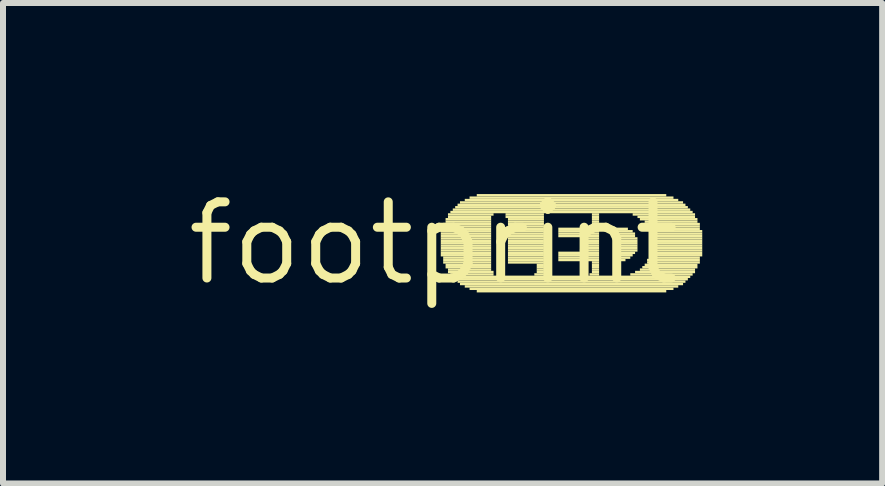
<source format=kicad_pcb>
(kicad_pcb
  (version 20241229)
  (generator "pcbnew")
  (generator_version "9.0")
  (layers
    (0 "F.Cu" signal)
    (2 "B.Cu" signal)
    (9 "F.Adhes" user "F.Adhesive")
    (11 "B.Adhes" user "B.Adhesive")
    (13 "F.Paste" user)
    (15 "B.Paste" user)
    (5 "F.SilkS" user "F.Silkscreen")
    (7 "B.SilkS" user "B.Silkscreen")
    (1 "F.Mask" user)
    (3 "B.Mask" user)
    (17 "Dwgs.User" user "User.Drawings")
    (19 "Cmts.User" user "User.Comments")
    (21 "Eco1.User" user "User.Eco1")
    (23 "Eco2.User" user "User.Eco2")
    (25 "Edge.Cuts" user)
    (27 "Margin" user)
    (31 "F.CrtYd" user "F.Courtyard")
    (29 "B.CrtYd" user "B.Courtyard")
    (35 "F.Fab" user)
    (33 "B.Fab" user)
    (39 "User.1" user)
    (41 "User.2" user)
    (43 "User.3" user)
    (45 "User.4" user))
  (footprint "footprint"
    (layer "F.Cu")
    (at 4.18 1.006)
    (property "Reference" "footprint" (at 0 0 0) (layer "F.SilkS") (effects (font (size 1.27 1.27) (thickness 0.15))))
    (fp_poly (pts (xy 0.12 -0.18) (xy 0.96 -0.18) (xy 0.96 -0.22) (xy 0.12 -0.22)) (stroke (width 0) (type solid)) (fill yes) (layer "F.SilkS"))
    (fp_poly (pts (xy 0.12 -0.14) (xy 0.96 -0.14) (xy 0.96 -0.18) (xy 0.12 -0.18)) (stroke (width 0) (type solid)) (fill yes) (layer "F.SilkS"))
    (fp_poly (pts (xy 0.12 -0.1) (xy 0.96 -0.1) (xy 0.96 -0.14) (xy 0.12 -0.14)) (stroke (width 0) (type solid)) (fill yes) (layer "F.SilkS"))
    (fp_poly (pts (xy 0.12 -0.06) (xy 0.96 -0.06) (xy 0.96 -0.1) (xy 0.12 -0.1)) (stroke (width 0) (type solid)) (fill yes) (layer "F.SilkS"))
    (fp_poly (pts (xy 0.12 -0.02) (xy 0.96 -0.02) (xy 0.96 -0.06) (xy 0.12 -0.06)) (stroke (width 0) (type solid)) (fill yes) (layer "F.SilkS"))
    (fp_poly (pts (xy 0.12 0.02) (xy 0.96 0.02) (xy 0.96 -0.02) (xy 0.12 -0.02)) (stroke (width 0) (type solid)) (fill yes) (layer "F.SilkS"))
    (fp_poly (pts (xy 0.12 0.06) (xy 0.96 0.06) (xy 0.96 0.02) (xy 0.12 0.02)) (stroke (width 0) (type solid)) (fill yes) (layer "F.SilkS"))
    (fp_poly (pts (xy 0.12 0.1) (xy 0.96 0.1) (xy 0.96 0.06) (xy 0.12 0.06)) (stroke (width 0) (type solid)) (fill yes) (layer "F.SilkS"))
    (fp_poly (pts (xy 0.12 0.14) (xy 0.96 0.14) (xy 0.96 0.1) (xy 0.12 0.1)) (stroke (width 0) (type solid)) (fill yes) (layer "F.SilkS"))
    (fp_poly (pts (xy 0.12 0.18) (xy 0.96 0.18) (xy 0.96 0.14) (xy 0.12 0.14)) (stroke (width 0) (type solid)) (fill yes) (layer "F.SilkS"))
    (fp_poly (pts (xy 0.12 0.22) (xy 0.96 0.22) (xy 0.96 0.18) (xy 0.12 0.18)) (stroke (width 0) (type solid)) (fill yes) (layer "F.SilkS"))
    (fp_poly (pts (xy 0.16 -0.3) (xy 0.96 -0.3) (xy 0.96 -0.34) (xy 0.16 -0.34)) (stroke (width 0) (type solid)) (fill yes) (layer "F.SilkS"))
    (fp_poly (pts (xy 0.16 -0.26) (xy 0.96 -0.26) (xy 0.96 -0.3) (xy 0.16 -0.3)) (stroke (width 0) (type solid)) (fill yes) (layer "F.SilkS"))
    (fp_poly (pts (xy 0.16 -0.22) (xy 0.96 -0.22) (xy 0.96 -0.26) (xy 0.16 -0.26)) (stroke (width 0) (type solid)) (fill yes) (layer "F.SilkS"))
    (fp_poly (pts (xy 0.16 0.26) (xy 0.96 0.26) (xy 0.96 0.22) (xy 0.16 0.22)) (stroke (width 0) (type solid)) (fill yes) (layer "F.SilkS"))
    (fp_poly (pts (xy 0.16 0.3) (xy 0.96 0.3) (xy 0.96 0.26) (xy 0.16 0.26)) (stroke (width 0) (type solid)) (fill yes) (layer "F.SilkS"))
    (fp_poly (pts (xy 0.16 0.34) (xy 0.96 0.34) (xy 0.96 0.3) (xy 0.16 0.3)) (stroke (width 0) (type solid)) (fill yes) (layer "F.SilkS"))
    (fp_poly (pts (xy 0.2 -0.38) (xy 0.96 -0.38) (xy 0.96 -0.42) (xy 0.2 -0.42)) (stroke (width 0) (type solid)) (fill yes) (layer "F.SilkS"))
    (fp_poly (pts (xy 0.2 -0.34) (xy 0.96 -0.34) (xy 0.96 -0.38) (xy 0.2 -0.38)) (stroke (width 0) (type solid)) (fill yes) (layer "F.SilkS"))
    (fp_poly (pts (xy 0.2 0.38) (xy 0.96 0.38) (xy 0.96 0.34) (xy 0.2 0.34)) (stroke (width 0) (type solid)) (fill yes) (layer "F.SilkS"))
    (fp_poly (pts (xy 0.2 0.42) (xy 0.96 0.42) (xy 0.96 0.38) (xy 0.2 0.38)) (stroke (width 0) (type solid)) (fill yes) (layer "F.SilkS"))
    (fp_poly (pts (xy 0.24 -0.46) (xy 1 -0.46) (xy 1 -0.5) (xy 0.24 -0.5)) (stroke (width 0) (type solid)) (fill yes) (layer "F.SilkS"))
    (fp_poly (pts (xy 0.24 -0.42) (xy 0.96 -0.42) (xy 0.96 -0.46) (xy 0.24 -0.46)) (stroke (width 0) (type solid)) (fill yes) (layer "F.SilkS"))
    (fp_poly (pts (xy 0.24 0.46) (xy 0.96 0.46) (xy 0.96 0.42) (xy 0.24 0.42)) (stroke (width 0) (type solid)) (fill yes) (layer "F.SilkS"))
    (fp_poly (pts (xy 0.24 0.5) (xy 1 0.5) (xy 1 0.46) (xy 0.24 0.46)) (stroke (width 0) (type solid)) (fill yes) (layer "F.SilkS"))
    (fp_poly (pts (xy 0.28 -0.5) (xy 4.32 -0.5) (xy 4.32 -0.54) (xy 0.28 -0.54)) (stroke (width 0) (type solid)) (fill yes) (layer "F.SilkS"))
    (fp_poly (pts (xy 0.28 0.54) (xy 1 0.54) (xy 1 0.5) (xy 0.28 0.5)) (stroke (width 0) (type solid)) (fill yes) (layer "F.SilkS"))
    (fp_poly (pts (xy 0.32 -0.54) (xy 4.28 -0.54) (xy 4.28 -0.58) (xy 0.32 -0.58)) (stroke (width 0) (type solid)) (fill yes) (layer "F.SilkS"))
    (fp_poly (pts (xy 0.32 0.58) (xy 4.28 0.58) (xy 4.28 0.54) (xy 0.32 0.54)) (stroke (width 0) (type solid)) (fill yes) (layer "F.SilkS"))
    (fp_poly (pts (xy 0.36 -0.58) (xy 4.24 -0.58) (xy 4.24 -0.62) (xy 0.36 -0.62)) (stroke (width 0) (type solid)) (fill yes) (layer "F.SilkS"))
    (fp_poly (pts (xy 0.36 0.62) (xy 4.24 0.62) (xy 4.24 0.58) (xy 0.36 0.58)) (stroke (width 0) (type solid)) (fill yes) (layer "F.SilkS"))
    (fp_poly (pts (xy 0.4 -0.62) (xy 4.2 -0.62) (xy 4.2 -0.66) (xy 0.4 -0.66)) (stroke (width 0) (type solid)) (fill yes) (layer "F.SilkS"))
    (fp_poly (pts (xy 0.4 0.66) (xy 4.2 0.66) (xy 4.2 0.62) (xy 0.4 0.62)) (stroke (width 0) (type solid)) (fill yes) (layer "F.SilkS"))
    (fp_poly (pts (xy 0.44 -0.66) (xy 4.16 -0.66) (xy 4.16 -0.7) (xy 0.44 -0.7)) (stroke (width 0) (type solid)) (fill yes) (layer "F.SilkS"))
    (fp_poly (pts (xy 0.44 0.7) (xy 4.16 0.7) (xy 4.16 0.66) (xy 0.44 0.66)) (stroke (width 0) (type solid)) (fill yes) (layer "F.SilkS"))
    (fp_poly (pts (xy 0.52 -0.7) (xy 4.08 -0.7) (xy 4.08 -0.74) (xy 0.52 -0.74)) (stroke (width 0) (type solid)) (fill yes) (layer "F.SilkS"))
    (fp_poly (pts (xy 0.52 0.74) (xy 4.08 0.74) (xy 4.08 0.7) (xy 0.52 0.7)) (stroke (width 0) (type solid)) (fill yes) (layer "F.SilkS"))
    (fp_poly (pts (xy 0.6 -0.74) (xy 4 -0.74) (xy 4 -0.78) (xy 0.6 -0.78)) (stroke (width 0) (type solid)) (fill yes) (layer "F.SilkS"))
    (fp_poly (pts (xy 0.6 0.78) (xy 4 0.78) (xy 4 0.74) (xy 0.6 0.74)) (stroke (width 0) (type solid)) (fill yes) (layer "F.SilkS"))
    (fp_poly (pts (xy 0.72 -0.78) (xy 3.88 -0.78) (xy 3.88 -0.82) (xy 0.72 -0.82)) (stroke (width 0) (type solid)) (fill yes) (layer "F.SilkS"))
    (fp_poly (pts (xy 0.72 0.82) (xy 3.88 0.82) (xy 3.88 0.78) (xy 0.72 0.78)) (stroke (width 0) (type solid)) (fill yes) (layer "F.SilkS"))
    (fp_poly (pts (xy 1.2 -0.46) (xy 1.84 -0.46) (xy 1.84 -0.5) (xy 1.2 -0.5)) (stroke (width 0) (type solid)) (fill yes) (layer "F.SilkS"))
    (fp_poly (pts (xy 1.2 -0.42) (xy 1.84 -0.42) (xy 1.84 -0.46) (xy 1.2 -0.46)) (stroke (width 0) (type solid)) (fill yes) (layer "F.SilkS"))
    (fp_poly (pts (xy 1.24 -0.38) (xy 1.84 -0.38) (xy 1.84 -0.42) (xy 1.24 -0.42)) (stroke (width 0) (type solid)) (fill yes) (layer "F.SilkS"))
    (fp_poly (pts (xy 1.24 -0.34) (xy 1.84 -0.34) (xy 1.84 -0.38) (xy 1.24 -0.38)) (stroke (width 0) (type solid)) (fill yes) (layer "F.SilkS"))
    (fp_poly (pts (xy 1.24 -0.3) (xy 1.84 -0.3) (xy 1.84 -0.34) (xy 1.24 -0.34)) (stroke (width 0) (type solid)) (fill yes) (layer "F.SilkS"))
    (fp_poly (pts (xy 1.24 -0.26) (xy 1.84 -0.26) (xy 1.84 -0.3) (xy 1.24 -0.3)) (stroke (width 0) (type solid)) (fill yes) (layer "F.SilkS"))
    (fp_poly (pts (xy 1.24 -0.22) (xy 1.84 -0.22) (xy 1.84 -0.26) (xy 1.24 -0.26)) (stroke (width 0) (type solid)) (fill yes) (layer "F.SilkS"))
    (fp_poly (pts (xy 1.24 -0.18) (xy 1.84 -0.18) (xy 1.84 -0.22) (xy 1.24 -0.22)) (stroke (width 0) (type solid)) (fill yes) (layer "F.SilkS"))
    (fp_poly (pts (xy 1.24 -0.14) (xy 1.84 -0.14) (xy 1.84 -0.18) (xy 1.24 -0.18)) (stroke (width 0) (type solid)) (fill yes) (layer "F.SilkS"))
    (fp_poly (pts (xy 1.24 -0.1) (xy 1.84 -0.1) (xy 1.84 -0.14) (xy 1.24 -0.14)) (stroke (width 0) (type solid)) (fill yes) (layer "F.SilkS"))
    (fp_poly (pts (xy 1.24 -0.06) (xy 1.84 -0.06) (xy 1.84 -0.1) (xy 1.24 -0.1)) (stroke (width 0) (type solid)) (fill yes) (layer "F.SilkS"))
    (fp_poly (pts (xy 1.24 -0.02) (xy 1.84 -0.02) (xy 1.84 -0.06) (xy 1.24 -0.06)) (stroke (width 0) (type solid)) (fill yes) (layer "F.SilkS"))
    (fp_poly (pts (xy 1.24 0.02) (xy 1.84 0.02) (xy 1.84 -0.02) (xy 1.24 -0.02)) (stroke (width 0) (type solid)) (fill yes) (layer "F.SilkS"))
    (fp_poly (pts (xy 1.24 0.06) (xy 1.84 0.06) (xy 1.84 0.02) (xy 1.24 0.02)) (stroke (width 0) (type solid)) (fill yes) (layer "F.SilkS"))
    (fp_poly (pts (xy 1.24 0.1) (xy 1.84 0.1) (xy 1.84 0.06) (xy 1.24 0.06)) (stroke (width 0) (type solid)) (fill yes) (layer "F.SilkS"))
    (fp_poly (pts (xy 1.24 0.14) (xy 1.84 0.14) (xy 1.84 0.1) (xy 1.24 0.1)) (stroke (width 0) (type solid)) (fill yes) (layer "F.SilkS"))
    (fp_poly (pts (xy 1.24 0.18) (xy 1.84 0.18) (xy 1.84 0.14) (xy 1.24 0.14)) (stroke (width 0) (type solid)) (fill yes) (layer "F.SilkS"))
    (fp_poly (pts (xy 1.24 0.22) (xy 1.84 0.22) (xy 1.84 0.18) (xy 1.24 0.18)) (stroke (width 0) (type solid)) (fill yes) (layer "F.SilkS"))
    (fp_poly (pts (xy 1.24 0.26) (xy 1.84 0.26) (xy 1.84 0.22) (xy 1.24 0.22)) (stroke (width 0) (type solid)) (fill yes) (layer "F.SilkS"))
    (fp_poly (pts (xy 1.24 0.3) (xy 1.84 0.3) (xy 1.84 0.26) (xy 1.24 0.26)) (stroke (width 0) (type solid)) (fill yes) (layer "F.SilkS"))
    (fp_poly (pts (xy 1.24 0.34) (xy 1.84 0.34) (xy 1.84 0.3) (xy 1.24 0.3)) (stroke (width 0) (type solid)) (fill yes) (layer "F.SilkS"))
    (fp_poly (pts (xy 1.68 0.54) (xy 1.84 0.54) (xy 1.84 0.5) (xy 1.68 0.5)) (stroke (width 0) (type solid)) (fill yes) (layer "F.SilkS"))
    (fp_poly (pts (xy 1.72 0.38) (xy 1.84 0.38) (xy 1.84 0.34) (xy 1.72 0.34)) (stroke (width 0) (type solid)) (fill yes) (layer "F.SilkS"))
    (fp_poly (pts (xy 1.72 0.42) (xy 1.84 0.42) (xy 1.84 0.38) (xy 1.72 0.38)) (stroke (width 0) (type solid)) (fill yes) (layer "F.SilkS"))
    (fp_poly (pts (xy 1.72 0.46) (xy 1.84 0.46) (xy 1.84 0.42) (xy 1.72 0.42)) (stroke (width 0) (type solid)) (fill yes) (layer "F.SilkS"))
    (fp_poly (pts (xy 1.72 0.5) (xy 1.84 0.5) (xy 1.84 0.46) (xy 1.72 0.46)) (stroke (width 0) (type solid)) (fill yes) (layer "F.SilkS"))
    (fp_poly (pts (xy 2.08 -0.22) (xy 2.76 -0.22) (xy 2.76 -0.26) (xy 2.08 -0.26)) (stroke (width 0) (type solid)) (fill yes) (layer "F.SilkS"))
    (fp_poly (pts (xy 2.08 -0.18) (xy 2.76 -0.18) (xy 2.76 -0.22) (xy 2.08 -0.22)) (stroke (width 0) (type solid)) (fill yes) (layer "F.SilkS"))
    (fp_poly (pts (xy 2.08 -0.14) (xy 2.76 -0.14) (xy 2.76 -0.18) (xy 2.08 -0.18)) (stroke (width 0) (type solid)) (fill yes) (layer "F.SilkS"))
    (fp_poly (pts (xy 2.08 -0.1) (xy 2.76 -0.1) (xy 2.76 -0.14) (xy 2.08 -0.14)) (stroke (width 0) (type solid)) (fill yes) (layer "F.SilkS"))
    (fp_poly (pts (xy 2.08 0.18) (xy 2.76 0.18) (xy 2.76 0.14) (xy 2.08 0.14)) (stroke (width 0) (type solid)) (fill yes) (layer "F.SilkS"))
    (fp_poly (pts (xy 2.08 0.22) (xy 2.76 0.22) (xy 2.76 0.18) (xy 2.08 0.18)) (stroke (width 0) (type solid)) (fill yes) (layer "F.SilkS"))
    (fp_poly (pts (xy 2.08 0.26) (xy 2.76 0.26) (xy 2.76 0.22) (xy 2.08 0.22)) (stroke (width 0) (type solid)) (fill yes) (layer "F.SilkS"))
    (fp_poly (pts (xy 2.08 0.3) (xy 2.76 0.3) (xy 2.76 0.26) (xy 2.08 0.26)) (stroke (width 0) (type solid)) (fill yes) (layer "F.SilkS"))
    (fp_poly (pts (xy 2.44 0.14) (xy 2.76 0.14) (xy 2.76 0.1) (xy 2.44 0.1)) (stroke (width 0) (type solid)) (fill yes) (layer "F.SilkS"))
    (fp_poly (pts (xy 2.48 -0.06) (xy 2.76 -0.06) (xy 2.76 -0.1) (xy 2.48 -0.1)) (stroke (width 0) (type solid)) (fill yes) (layer "F.SilkS"))
    (fp_poly (pts (xy 2.48 -0.02) (xy 2.76 -0.02) (xy 2.76 -0.06) (xy 2.48 -0.06)) (stroke (width 0) (type solid)) (fill yes) (layer "F.SilkS"))
    (fp_poly (pts (xy 2.48 0.02) (xy 2.76 0.02) (xy 2.76 -0.02) (xy 2.48 -0.02)) (stroke (width 0) (type solid)) (fill yes) (layer "F.SilkS"))
    (fp_poly (pts (xy 2.48 0.06) (xy 2.76 0.06) (xy 2.76 0.02) (xy 2.48 0.02)) (stroke (width 0) (type solid)) (fill yes) (layer "F.SilkS"))
    (fp_poly (pts (xy 2.48 0.1) (xy 2.76 0.1) (xy 2.76 0.06) (xy 2.48 0.06)) (stroke (width 0) (type solid)) (fill yes) (layer "F.SilkS"))
    (fp_poly (pts (xy 2.6 -0.26) (xy 2.76 -0.26) (xy 2.76 -0.3) (xy 2.6 -0.3)) (stroke (width 0) (type solid)) (fill yes) (layer "F.SilkS"))
    (fp_poly (pts (xy 2.6 0.54) (xy 2.76 0.54) (xy 2.76 0.5) (xy 2.6 0.5)) (stroke (width 0) (type solid)) (fill yes) (layer "F.SilkS"))
    (fp_poly (pts (xy 2.64 -0.46) (xy 2.76 -0.46) (xy 2.76 -0.5) (xy 2.64 -0.5)) (stroke (width 0) (type solid)) (fill yes) (layer "F.SilkS"))
    (fp_poly (pts (xy 2.64 -0.42) (xy 2.76 -0.42) (xy 2.76 -0.46) (xy 2.64 -0.46)) (stroke (width 0) (type solid)) (fill yes) (layer "F.SilkS"))
    (fp_poly (pts (xy 2.64 -0.38) (xy 2.76 -0.38) (xy 2.76 -0.42) (xy 2.64 -0.42)) (stroke (width 0) (type solid)) (fill yes) (layer "F.SilkS"))
    (fp_poly (pts (xy 2.64 -0.34) (xy 2.76 -0.34) (xy 2.76 -0.38) (xy 2.64 -0.38)) (stroke (width 0) (type solid)) (fill yes) (layer "F.SilkS"))
    (fp_poly (pts (xy 2.64 -0.3) (xy 2.76 -0.3) (xy 2.76 -0.34) (xy 2.64 -0.34)) (stroke (width 0) (type solid)) (fill yes) (layer "F.SilkS"))
    (fp_poly (pts (xy 2.64 0.34) (xy 2.76 0.34) (xy 2.76 0.3) (xy 2.64 0.3)) (stroke (width 0) (type solid)) (fill yes) (layer "F.SilkS"))
    (fp_poly (pts (xy 2.64 0.38) (xy 2.76 0.38) (xy 2.76 0.34) (xy 2.64 0.34)) (stroke (width 0) (type solid)) (fill yes) (layer "F.SilkS"))
    (fp_poly (pts (xy 2.64 0.42) (xy 2.76 0.42) (xy 2.76 0.38) (xy 2.64 0.38)) (stroke (width 0) (type solid)) (fill yes) (layer "F.SilkS"))
    (fp_poly (pts (xy 2.64 0.46) (xy 2.76 0.46) (xy 2.76 0.42) (xy 2.64 0.42)) (stroke (width 0) (type solid)) (fill yes) (layer "F.SilkS"))
    (fp_poly (pts (xy 2.64 0.5) (xy 2.76 0.5) (xy 2.76 0.46) (xy 2.64 0.46)) (stroke (width 0) (type solid)) (fill yes) (layer "F.SilkS"))
    (fp_poly (pts (xy 3 -0.22) (xy 3.24 -0.22) (xy 3.24 -0.26) (xy 3 -0.26)) (stroke (width 0) (type solid)) (fill yes) (layer "F.SilkS"))
    (fp_poly (pts (xy 3 -0.18) (xy 3.32 -0.18) (xy 3.32 -0.22) (xy 3 -0.22)) (stroke (width 0) (type solid)) (fill yes) (layer "F.SilkS"))
    (fp_poly (pts (xy 3 -0.14) (xy 3.36 -0.14) (xy 3.36 -0.18) (xy 3 -0.18)) (stroke (width 0) (type solid)) (fill yes) (layer "F.SilkS"))
    (fp_poly (pts (xy 3 -0.1) (xy 3.36 -0.1) (xy 3.36 -0.14) (xy 3 -0.14)) (stroke (width 0) (type solid)) (fill yes) (layer "F.SilkS"))
    (fp_poly (pts (xy 3 -0.06) (xy 3.4 -0.06) (xy 3.4 -0.1) (xy 3 -0.1)) (stroke (width 0) (type solid)) (fill yes) (layer "F.SilkS"))
    (fp_poly (pts (xy 3 -0.02) (xy 3.4 -0.02) (xy 3.4 -0.06) (xy 3 -0.06)) (stroke (width 0) (type solid)) (fill yes) (layer "F.SilkS"))
    (fp_poly (pts (xy 3 0.02) (xy 3.4 0.02) (xy 3.4 -0.02) (xy 3 -0.02)) (stroke (width 0) (type solid)) (fill yes) (layer "F.SilkS"))
    (fp_poly (pts (xy 3 0.06) (xy 3.4 0.06) (xy 3.4 0.02) (xy 3 0.02)) (stroke (width 0) (type solid)) (fill yes) (layer "F.SilkS"))
    (fp_poly (pts (xy 3 0.1) (xy 3.4 0.1) (xy 3.4 0.06) (xy 3 0.06)) (stroke (width 0) (type solid)) (fill yes) (layer "F.SilkS"))
    (fp_poly (pts (xy 3 0.14) (xy 3.4 0.14) (xy 3.4 0.1) (xy 3 0.1)) (stroke (width 0) (type solid)) (fill yes) (layer "F.SilkS"))
    (fp_poly (pts (xy 3 0.18) (xy 3.36 0.18) (xy 3.36 0.14) (xy 3 0.14)) (stroke (width 0) (type solid)) (fill yes) (layer "F.SilkS"))
    (fp_poly (pts (xy 3 0.22) (xy 3.32 0.22) (xy 3.32 0.18) (xy 3 0.18)) (stroke (width 0) (type solid)) (fill yes) (layer "F.SilkS"))
    (fp_poly (pts (xy 3 0.26) (xy 3.28 0.26) (xy 3.28 0.22) (xy 3 0.22)) (stroke (width 0) (type solid)) (fill yes) (layer "F.SilkS"))
    (fp_poly (pts (xy 3 0.3) (xy 3.2 0.3) (xy 3.2 0.26) (xy 3 0.26)) (stroke (width 0) (type solid)) (fill yes) (layer "F.SilkS"))
    (fp_poly (pts (xy 3.28 0.54) (xy 4.32 0.54) (xy 4.32 0.5) (xy 3.28 0.5)) (stroke (width 0) (type solid)) (fill yes) (layer "F.SilkS"))
    (fp_poly (pts (xy 3.32 -0.46) (xy 4.36 -0.46) (xy 4.36 -0.5) (xy 3.32 -0.5)) (stroke (width 0) (type solid)) (fill yes) (layer "F.SilkS"))
    (fp_poly (pts (xy 3.36 0.5) (xy 4.36 0.5) (xy 4.36 0.46) (xy 3.36 0.46)) (stroke (width 0) (type solid)) (fill yes) (layer "F.SilkS"))
    (fp_poly (pts (xy 3.4 -0.42) (xy 4.36 -0.42) (xy 4.36 -0.46) (xy 3.4 -0.46)) (stroke (width 0) (type solid)) (fill yes) (layer "F.SilkS"))
    (fp_poly (pts (xy 3.44 -0.38) (xy 4.4 -0.38) (xy 4.4 -0.42) (xy 3.44 -0.42)) (stroke (width 0) (type solid)) (fill yes) (layer "F.SilkS"))
    (fp_poly (pts (xy 3.44 0.46) (xy 4.36 0.46) (xy 4.36 0.42) (xy 3.44 0.42)) (stroke (width 0) (type solid)) (fill yes) (layer "F.SilkS"))
    (fp_poly (pts (xy 3.48 0.42) (xy 4.4 0.42) (xy 4.4 0.38) (xy 3.48 0.38)) (stroke (width 0) (type solid)) (fill yes) (layer "F.SilkS"))
    (fp_poly (pts (xy 3.52 -0.34) (xy 4.4 -0.34) (xy 4.4 -0.38) (xy 3.52 -0.38)) (stroke (width 0) (type solid)) (fill yes) (layer "F.SilkS"))
    (fp_poly (pts (xy 3.52 -0.3) (xy 4.44 -0.3) (xy 4.44 -0.34) (xy 3.52 -0.34)) (stroke (width 0) (type solid)) (fill yes) (layer "F.SilkS"))
    (fp_poly (pts (xy 3.52 0.38) (xy 4.4 0.38) (xy 4.4 0.34) (xy 3.52 0.34)) (stroke (width 0) (type solid)) (fill yes) (layer "F.SilkS"))
    (fp_poly (pts (xy 3.56 -0.26) (xy 4.44 -0.26) (xy 4.44 -0.3) (xy 3.56 -0.3)) (stroke (width 0) (type solid)) (fill yes) (layer "F.SilkS"))
    (fp_poly (pts (xy 3.56 0.3) (xy 4.44 0.3) (xy 4.44 0.26) (xy 3.56 0.26)) (stroke (width 0) (type solid)) (fill yes) (layer "F.SilkS"))
    (fp_poly (pts (xy 3.56 0.34) (xy 4.44 0.34) (xy 4.44 0.3) (xy 3.56 0.3)) (stroke (width 0) (type solid)) (fill yes) (layer "F.SilkS"))
    (fp_poly (pts (xy 3.6 -0.22) (xy 4.44 -0.22) (xy 4.44 -0.26) (xy 3.6 -0.26)) (stroke (width 0) (type solid)) (fill yes) (layer "F.SilkS"))
    (fp_poly (pts (xy 3.6 -0.18) (xy 4.48 -0.18) (xy 4.48 -0.22) (xy 3.6 -0.22)) (stroke (width 0) (type solid)) (fill yes) (layer "F.SilkS"))
    (fp_poly (pts (xy 3.6 0.22) (xy 4.48 0.22) (xy 4.48 0.18) (xy 3.6 0.18)) (stroke (width 0) (type solid)) (fill yes) (layer "F.SilkS"))
    (fp_poly (pts (xy 3.6 0.26) (xy 4.44 0.26) (xy 4.44 0.22) (xy 3.6 0.22)) (stroke (width 0) (type solid)) (fill yes) (layer "F.SilkS"))
    (fp_poly (pts (xy 3.64 -0.14) (xy 4.48 -0.14) (xy 4.48 -0.18) (xy 3.64 -0.18)) (stroke (width 0) (type solid)) (fill yes) (layer "F.SilkS"))
    (fp_poly (pts (xy 3.64 -0.1) (xy 4.48 -0.1) (xy 4.48 -0.14) (xy 3.64 -0.14)) (stroke (width 0) (type solid)) (fill yes) (layer "F.SilkS"))
    (fp_poly (pts (xy 3.64 -0.06) (xy 4.48 -0.06) (xy 4.48 -0.1) (xy 3.64 -0.1)) (stroke (width 0) (type solid)) (fill yes) (layer "F.SilkS"))
    (fp_poly (pts (xy 3.64 -0.02) (xy 4.48 -0.02) (xy 4.48 -0.06) (xy 3.64 -0.06)) (stroke (width 0) (type solid)) (fill yes) (layer "F.SilkS"))
    (fp_poly (pts (xy 3.64 0.02) (xy 4.48 0.02) (xy 4.48 -0.02) (xy 3.64 -0.02)) (stroke (width 0) (type solid)) (fill yes) (layer "F.SilkS"))
    (fp_poly (pts (xy 3.64 0.06) (xy 4.48 0.06) (xy 4.48 0.02) (xy 3.64 0.02)) (stroke (width 0) (type solid)) (fill yes) (layer "F.SilkS"))
    (fp_poly (pts (xy 3.64 0.1) (xy 4.48 0.1) (xy 4.48 0.06) (xy 3.64 0.06)) (stroke (width 0) (type solid)) (fill yes) (layer "F.SilkS"))
    (fp_poly (pts (xy 3.64 0.14) (xy 4.48 0.14) (xy 4.48 0.1) (xy 3.64 0.1)) (stroke (width 0) (type solid)) (fill yes) (layer "F.SilkS"))
    (fp_poly (pts (xy 3.64 0.18) (xy 4.48 0.18) (xy 4.48 0.14) (xy 3.64 0.14)) (stroke (width 0) (type solid)) (fill yes) (layer "F.SilkS")))
  (gr_rect
    (start -3 -3)
    (end 11.66 5.012)
    (stroke (width 0.1) (type default))
    (fill no)
    (layer "Edge.Cuts")))
</source>
